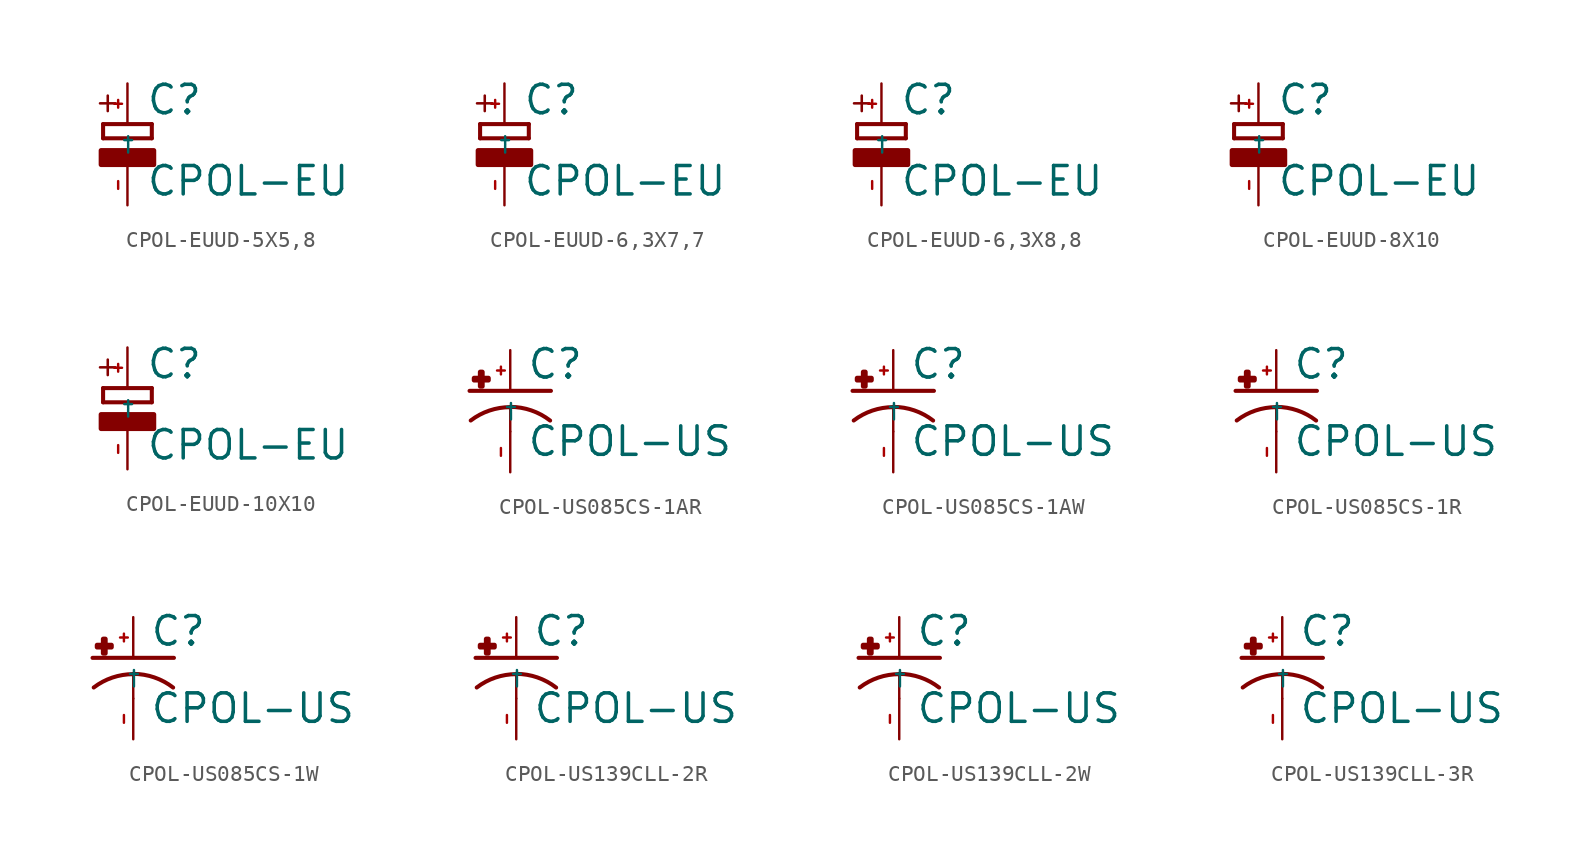
<source format=kicad_sym>
(kicad_symbol_lib
  (version 20220914)
  (generator Eagle2Kicad)
  (symbol "CPOL-EUUD-5X5,8"
    (property "Reference" "C"
      (at 1.143 0.483 0)
      (effects (font (size 1.778 1.778) (thickness 0.22)) (justify left bottom)))
    (property "Value" "CPOL-EU"
      (at 1.143 -4.597 0)
      (effects (font (size 1.778 1.778) (thickness 0.22)) (justify left bottom)))
    (polyline
      (pts (xy -1.524 -0.889) (xy 1.524 -0.889))
      (stroke (width 0.254) (type default))
      (fill (type none)))
    (polyline
      (pts (xy 1.524 -0.889) (xy 1.524 0))
      (stroke (width 0.254) (type default))
      (fill (type none)))
    (polyline
      (pts (xy -1.524 0) (xy -1.524 -0.889))
      (stroke (width 0.254) (type default))
      (fill (type none)))
    (polyline
      (pts (xy -1.524 0) (xy 1.524 0))
      (stroke (width 0.254) (type default))
      (fill (type none)))
    (text "+"
      (at -0.584 0.406 900)
      (effects (font (size 1.27 1.27) (thickness 0.16)) (justify left bottom)))
    (rectangle
      (start -1.651 -2.54)
      (end 1.651 -1.651)
      (stroke (width 0.3) (type default))
      (fill (type outline)))
    (pin passive line
      (at 0 -5.08 90)
      (length 2.54)
      (name "-" (effects (font (size 0.635 0.635) (thickness 0.08)) (justify left bottom)))
      (number "-" (effects (font (size 0.635 0.635) (thickness 0.08)) (justify left bottom))))
    (pin passive line
      (at 0 2.54 270)
      (length 2.54)
      (name "+" (effects (font (size 0.635 0.635) (thickness 0.08)) (justify left bottom)))
      (number "+" (effects (font (size 0.635 0.635) (thickness 0.08)) (justify left bottom)))))
  (symbol "CPOL-EUUD-6,3X7,7"
    (property "Reference" "C"
      (at 1.143 0.483 0)
      (effects (font (size 1.778 1.778) (thickness 0.22)) (justify left bottom)))
    (property "Value" "CPOL-EU"
      (at 1.143 -4.597 0)
      (effects (font (size 1.778 1.778) (thickness 0.22)) (justify left bottom)))
    (polyline
      (pts (xy -1.524 -0.889) (xy 1.524 -0.889))
      (stroke (width 0.254) (type default))
      (fill (type none)))
    (polyline
      (pts (xy 1.524 -0.889) (xy 1.524 0))
      (stroke (width 0.254) (type default))
      (fill (type none)))
    (polyline
      (pts (xy -1.524 0) (xy -1.524 -0.889))
      (stroke (width 0.254) (type default))
      (fill (type none)))
    (polyline
      (pts (xy -1.524 0) (xy 1.524 0))
      (stroke (width 0.254) (type default))
      (fill (type none)))
    (text "+"
      (at -0.584 0.406 900)
      (effects (font (size 1.27 1.27) (thickness 0.16)) (justify left bottom)))
    (rectangle
      (start -1.651 -2.54)
      (end 1.651 -1.651)
      (stroke (width 0.3) (type default))
      (fill (type outline)))
    (pin passive line
      (at 0 -5.08 90)
      (length 2.54)
      (name "-" (effects (font (size 0.635 0.635) (thickness 0.08)) (justify left bottom)))
      (number "-" (effects (font (size 0.635 0.635) (thickness 0.08)) (justify left bottom))))
    (pin passive line
      (at 0 2.54 270)
      (length 2.54)
      (name "+" (effects (font (size 0.635 0.635) (thickness 0.08)) (justify left bottom)))
      (number "+" (effects (font (size 0.635 0.635) (thickness 0.08)) (justify left bottom)))))
  (symbol "CPOL-EUUD-6,3X8,8"
    (property "Reference" "C"
      (at 1.143 0.483 0)
      (effects (font (size 1.778 1.778) (thickness 0.22)) (justify left bottom)))
    (property "Value" "CPOL-EU"
      (at 1.143 -4.597 0)
      (effects (font (size 1.778 1.778) (thickness 0.22)) (justify left bottom)))
    (polyline
      (pts (xy -1.524 -0.889) (xy 1.524 -0.889))
      (stroke (width 0.254) (type default))
      (fill (type none)))
    (polyline
      (pts (xy 1.524 -0.889) (xy 1.524 0))
      (stroke (width 0.254) (type default))
      (fill (type none)))
    (polyline
      (pts (xy -1.524 0) (xy -1.524 -0.889))
      (stroke (width 0.254) (type default))
      (fill (type none)))
    (polyline
      (pts (xy -1.524 0) (xy 1.524 0))
      (stroke (width 0.254) (type default))
      (fill (type none)))
    (text "+"
      (at -0.584 0.406 900)
      (effects (font (size 1.27 1.27) (thickness 0.16)) (justify left bottom)))
    (rectangle
      (start -1.651 -2.54)
      (end 1.651 -1.651)
      (stroke (width 0.3) (type default))
      (fill (type outline)))
    (pin passive line
      (at 0 -5.08 90)
      (length 2.54)
      (name "-" (effects (font (size 0.635 0.635) (thickness 0.08)) (justify left bottom)))
      (number "-" (effects (font (size 0.635 0.635) (thickness 0.08)) (justify left bottom))))
    (pin passive line
      (at 0 2.54 270)
      (length 2.54)
      (name "+" (effects (font (size 0.635 0.635) (thickness 0.08)) (justify left bottom)))
      (number "+" (effects (font (size 0.635 0.635) (thickness 0.08)) (justify left bottom)))))
  (symbol "CPOL-EUUD-8X10"
    (property "Reference" "C"
      (at 1.143 0.483 0)
      (effects (font (size 1.778 1.778) (thickness 0.22)) (justify left bottom)))
    (property "Value" "CPOL-EU"
      (at 1.143 -4.597 0)
      (effects (font (size 1.778 1.778) (thickness 0.22)) (justify left bottom)))
    (polyline
      (pts (xy -1.524 -0.889) (xy 1.524 -0.889))
      (stroke (width 0.254) (type default))
      (fill (type none)))
    (polyline
      (pts (xy 1.524 -0.889) (xy 1.524 0))
      (stroke (width 0.254) (type default))
      (fill (type none)))
    (polyline
      (pts (xy -1.524 0) (xy -1.524 -0.889))
      (stroke (width 0.254) (type default))
      (fill (type none)))
    (polyline
      (pts (xy -1.524 0) (xy 1.524 0))
      (stroke (width 0.254) (type default))
      (fill (type none)))
    (text "+"
      (at -0.584 0.406 900)
      (effects (font (size 1.27 1.27) (thickness 0.16)) (justify left bottom)))
    (rectangle
      (start -1.651 -2.54)
      (end 1.651 -1.651)
      (stroke (width 0.3) (type default))
      (fill (type outline)))
    (pin passive line
      (at 0 -5.08 90)
      (length 2.54)
      (name "-" (effects (font (size 0.635 0.635) (thickness 0.08)) (justify left bottom)))
      (number "-" (effects (font (size 0.635 0.635) (thickness 0.08)) (justify left bottom))))
    (pin passive line
      (at 0 2.54 270)
      (length 2.54)
      (name "+" (effects (font (size 0.635 0.635) (thickness 0.08)) (justify left bottom)))
      (number "+" (effects (font (size 0.635 0.635) (thickness 0.08)) (justify left bottom)))))
  (symbol "CPOL-EUUD-10X10"
    (property "Reference" "C"
      (at 1.143 0.483 0)
      (effects (font (size 1.778 1.778) (thickness 0.22)) (justify left bottom)))
    (property "Value" "CPOL-EU"
      (at 1.143 -4.597 0)
      (effects (font (size 1.778 1.778) (thickness 0.22)) (justify left bottom)))
    (polyline
      (pts (xy -1.524 -0.889) (xy 1.524 -0.889))
      (stroke (width 0.254) (type default))
      (fill (type none)))
    (polyline
      (pts (xy 1.524 -0.889) (xy 1.524 0))
      (stroke (width 0.254) (type default))
      (fill (type none)))
    (polyline
      (pts (xy -1.524 0) (xy -1.524 -0.889))
      (stroke (width 0.254) (type default))
      (fill (type none)))
    (polyline
      (pts (xy -1.524 0) (xy 1.524 0))
      (stroke (width 0.254) (type default))
      (fill (type none)))
    (text "+"
      (at -0.584 0.406 900)
      (effects (font (size 1.27 1.27) (thickness 0.16)) (justify left bottom)))
    (rectangle
      (start -1.651 -2.54)
      (end 1.651 -1.651)
      (stroke (width 0.3) (type default))
      (fill (type outline)))
    (pin passive line
      (at 0 -5.08 90)
      (length 2.54)
      (name "-" (effects (font (size 0.635 0.635) (thickness 0.08)) (justify left bottom)))
      (number "-" (effects (font (size 0.635 0.635) (thickness 0.08)) (justify left bottom))))
    (pin passive line
      (at 0 2.54 270)
      (length 2.54)
      (name "+" (effects (font (size 0.635 0.635) (thickness 0.08)) (justify left bottom)))
      (number "+" (effects (font (size 0.635 0.635) (thickness 0.08)) (justify left bottom)))))
  (symbol "CPOL-US085CS-1AR"
    (property "Reference" "C"
      (at 1.016 0.635 0)
      (effects (font (size 1.778 1.778) (thickness 0.22)) (justify left bottom)))
    (property "Value" "CPOL-US"
      (at 1.016 -4.191 0)
      (effects (font (size 1.778 1.778) (thickness 0.22)) (justify left bottom)))
    (polyline
      (pts (xy -2.54 0) (xy 2.54 0))
      (stroke (width 0.254) (type default))
      (fill (type none)))
    (polyline
      (pts (xy 0 -1.016) (xy 0 -2.54))
      (stroke (width 0.152) (type default))
      (fill (type none)))
    (arc
      (start 2.4892 -1.8542)
      (mid 1.316 -1.220)
      (end 0 -1)
      (stroke (width 0.254) (type default))
      (fill (type none)))
    (arc
      (start 0 -1.0161)
      (mid -1.302 -1.230)
      (end -2.4669 -1.8504)
      (stroke (width 0.254) (type default))
      (fill (type none)))
    (rectangle
      (start -2.253 0.668)
      (end -1.364 0.795)
      (stroke (width 0.3) (type default))
      (fill (type outline)))
    (rectangle
      (start -1.872 0.287)
      (end -1.745 1.176)
      (stroke (width 0.3) (type default))
      (fill (type outline)))
    (pin passive line
      (at 0 2.54 270)
      (length 2.54)
      (name "+" (effects (font (size 0.635 0.635) (thickness 0.08)) (justify left bottom)))
      (number "+" (effects (font (size 0.635 0.635) (thickness 0.08)) (justify left bottom))))
    (pin passive line
      (at 0 -5.08 90)
      (length 2.54)
      (name "-" (effects (font (size 0.635 0.635) (thickness 0.08)) (justify left bottom)))
      (number "-" (effects (font (size 0.635 0.635) (thickness 0.08)) (justify left bottom)))))
  (symbol "CPOL-US085CS-1AW"
    (property "Reference" "C"
      (at 1.016 0.635 0)
      (effects (font (size 1.778 1.778) (thickness 0.22)) (justify left bottom)))
    (property "Value" "CPOL-US"
      (at 1.016 -4.191 0)
      (effects (font (size 1.778 1.778) (thickness 0.22)) (justify left bottom)))
    (polyline
      (pts (xy -2.54 0) (xy 2.54 0))
      (stroke (width 0.254) (type default))
      (fill (type none)))
    (polyline
      (pts (xy 0 -1.016) (xy 0 -2.54))
      (stroke (width 0.152) (type default))
      (fill (type none)))
    (arc
      (start 2.4892 -1.8542)
      (mid 1.316 -1.220)
      (end 0 -1)
      (stroke (width 0.254) (type default))
      (fill (type none)))
    (arc
      (start 0 -1.0161)
      (mid -1.302 -1.230)
      (end -2.4669 -1.8504)
      (stroke (width 0.254) (type default))
      (fill (type none)))
    (rectangle
      (start -2.253 0.668)
      (end -1.364 0.795)
      (stroke (width 0.3) (type default))
      (fill (type outline)))
    (rectangle
      (start -1.872 0.287)
      (end -1.745 1.176)
      (stroke (width 0.3) (type default))
      (fill (type outline)))
    (pin passive line
      (at 0 2.54 270)
      (length 2.54)
      (name "+" (effects (font (size 0.635 0.635) (thickness 0.08)) (justify left bottom)))
      (number "+" (effects (font (size 0.635 0.635) (thickness 0.08)) (justify left bottom))))
    (pin passive line
      (at 0 -5.08 90)
      (length 2.54)
      (name "-" (effects (font (size 0.635 0.635) (thickness 0.08)) (justify left bottom)))
      (number "-" (effects (font (size 0.635 0.635) (thickness 0.08)) (justify left bottom)))))
  (symbol "CPOL-US085CS-1R"
    (property "Reference" "C"
      (at 1.016 0.635 0)
      (effects (font (size 1.778 1.778) (thickness 0.22)) (justify left bottom)))
    (property "Value" "CPOL-US"
      (at 1.016 -4.191 0)
      (effects (font (size 1.778 1.778) (thickness 0.22)) (justify left bottom)))
    (polyline
      (pts (xy -2.54 0) (xy 2.54 0))
      (stroke (width 0.254) (type default))
      (fill (type none)))
    (polyline
      (pts (xy 0 -1.016) (xy 0 -2.54))
      (stroke (width 0.152) (type default))
      (fill (type none)))
    (arc
      (start 2.4892 -1.8542)
      (mid 1.316 -1.220)
      (end 0 -1)
      (stroke (width 0.254) (type default))
      (fill (type none)))
    (arc
      (start 0 -1.0161)
      (mid -1.302 -1.230)
      (end -2.4669 -1.8504)
      (stroke (width 0.254) (type default))
      (fill (type none)))
    (rectangle
      (start -2.253 0.668)
      (end -1.364 0.795)
      (stroke (width 0.3) (type default))
      (fill (type outline)))
    (rectangle
      (start -1.872 0.287)
      (end -1.745 1.176)
      (stroke (width 0.3) (type default))
      (fill (type outline)))
    (pin passive line
      (at 0 2.54 270)
      (length 2.54)
      (name "+" (effects (font (size 0.635 0.635) (thickness 0.08)) (justify left bottom)))
      (number "+" (effects (font (size 0.635 0.635) (thickness 0.08)) (justify left bottom))))
    (pin passive line
      (at 0 -5.08 90)
      (length 2.54)
      (name "-" (effects (font (size 0.635 0.635) (thickness 0.08)) (justify left bottom)))
      (number "-" (effects (font (size 0.635 0.635) (thickness 0.08)) (justify left bottom)))))
  (symbol "CPOL-US085CS-1W"
    (property "Reference" "C"
      (at 1.016 0.635 0)
      (effects (font (size 1.778 1.778) (thickness 0.22)) (justify left bottom)))
    (property "Value" "CPOL-US"
      (at 1.016 -4.191 0)
      (effects (font (size 1.778 1.778) (thickness 0.22)) (justify left bottom)))
    (polyline
      (pts (xy -2.54 0) (xy 2.54 0))
      (stroke (width 0.254) (type default))
      (fill (type none)))
    (polyline
      (pts (xy 0 -1.016) (xy 0 -2.54))
      (stroke (width 0.152) (type default))
      (fill (type none)))
    (arc
      (start 2.4892 -1.8542)
      (mid 1.316 -1.220)
      (end 0 -1)
      (stroke (width 0.254) (type default))
      (fill (type none)))
    (arc
      (start 0 -1.0161)
      (mid -1.302 -1.230)
      (end -2.4669 -1.8504)
      (stroke (width 0.254) (type default))
      (fill (type none)))
    (rectangle
      (start -2.253 0.668)
      (end -1.364 0.795)
      (stroke (width 0.3) (type default))
      (fill (type outline)))
    (rectangle
      (start -1.872 0.287)
      (end -1.745 1.176)
      (stroke (width 0.3) (type default))
      (fill (type outline)))
    (pin passive line
      (at 0 2.54 270)
      (length 2.54)
      (name "+" (effects (font (size 0.635 0.635) (thickness 0.08)) (justify left bottom)))
      (number "+" (effects (font (size 0.635 0.635) (thickness 0.08)) (justify left bottom))))
    (pin passive line
      (at 0 -5.08 90)
      (length 2.54)
      (name "-" (effects (font (size 0.635 0.635) (thickness 0.08)) (justify left bottom)))
      (number "-" (effects (font (size 0.635 0.635) (thickness 0.08)) (justify left bottom)))))
  (symbol "CPOL-US139CLL-2R"
    (property "Reference" "C"
      (at 1.016 0.635 0)
      (effects (font (size 1.778 1.778) (thickness 0.22)) (justify left bottom)))
    (property "Value" "CPOL-US"
      (at 1.016 -4.191 0)
      (effects (font (size 1.778 1.778) (thickness 0.22)) (justify left bottom)))
    (polyline
      (pts (xy -2.54 0) (xy 2.54 0))
      (stroke (width 0.254) (type default))
      (fill (type none)))
    (polyline
      (pts (xy 0 -1.016) (xy 0 -2.54))
      (stroke (width 0.152) (type default))
      (fill (type none)))
    (arc
      (start 2.4892 -1.8542)
      (mid 1.316 -1.220)
      (end 0 -1)
      (stroke (width 0.254) (type default))
      (fill (type none)))
    (arc
      (start 0 -1.0161)
      (mid -1.302 -1.230)
      (end -2.4669 -1.8504)
      (stroke (width 0.254) (type default))
      (fill (type none)))
    (rectangle
      (start -2.253 0.668)
      (end -1.364 0.795)
      (stroke (width 0.3) (type default))
      (fill (type outline)))
    (rectangle
      (start -1.872 0.287)
      (end -1.745 1.176)
      (stroke (width 0.3) (type default))
      (fill (type outline)))
    (pin passive line
      (at 0 2.54 270)
      (length 2.54)
      (name "+" (effects (font (size 0.635 0.635) (thickness 0.08)) (justify left bottom)))
      (number "+" (effects (font (size 0.635 0.635) (thickness 0.08)) (justify left bottom))))
    (pin passive line
      (at 0 -5.08 90)
      (length 2.54)
      (name "-" (effects (font (size 0.635 0.635) (thickness 0.08)) (justify left bottom)))
      (number "-" (effects (font (size 0.635 0.635) (thickness 0.08)) (justify left bottom)))))
  (symbol "CPOL-US139CLL-2W"
    (property "Reference" "C"
      (at 1.016 0.635 0)
      (effects (font (size 1.778 1.778) (thickness 0.22)) (justify left bottom)))
    (property "Value" "CPOL-US"
      (at 1.016 -4.191 0)
      (effects (font (size 1.778 1.778) (thickness 0.22)) (justify left bottom)))
    (polyline
      (pts (xy -2.54 0) (xy 2.54 0))
      (stroke (width 0.254) (type default))
      (fill (type none)))
    (polyline
      (pts (xy 0 -1.016) (xy 0 -2.54))
      (stroke (width 0.152) (type default))
      (fill (type none)))
    (arc
      (start 2.4892 -1.8542)
      (mid 1.316 -1.220)
      (end 0 -1)
      (stroke (width 0.254) (type default))
      (fill (type none)))
    (arc
      (start 0 -1.0161)
      (mid -1.302 -1.230)
      (end -2.4669 -1.8504)
      (stroke (width 0.254) (type default))
      (fill (type none)))
    (rectangle
      (start -2.253 0.668)
      (end -1.364 0.795)
      (stroke (width 0.3) (type default))
      (fill (type outline)))
    (rectangle
      (start -1.872 0.287)
      (end -1.745 1.176)
      (stroke (width 0.3) (type default))
      (fill (type outline)))
    (pin passive line
      (at 0 2.54 270)
      (length 2.54)
      (name "+" (effects (font (size 0.635 0.635) (thickness 0.08)) (justify left bottom)))
      (number "+" (effects (font (size 0.635 0.635) (thickness 0.08)) (justify left bottom))))
    (pin passive line
      (at 0 -5.08 90)
      (length 2.54)
      (name "-" (effects (font (size 0.635 0.635) (thickness 0.08)) (justify left bottom)))
      (number "-" (effects (font (size 0.635 0.635) (thickness 0.08)) (justify left bottom)))))
  (symbol "CPOL-US139CLL-3R"
    (property "Reference" "C"
      (at 1.016 0.635 0)
      (effects (font (size 1.778 1.778) (thickness 0.22)) (justify left bottom)))
    (property "Value" "CPOL-US"
      (at 1.016 -4.191 0)
      (effects (font (size 1.778 1.778) (thickness 0.22)) (justify left bottom)))
    (polyline
      (pts (xy -2.54 0) (xy 2.54 0))
      (stroke (width 0.254) (type default))
      (fill (type none)))
    (polyline
      (pts (xy 0 -1.016) (xy 0 -2.54))
      (stroke (width 0.152) (type default))
      (fill (type none)))
    (arc
      (start 2.4892 -1.8542)
      (mid 1.316 -1.220)
      (end 0 -1)
      (stroke (width 0.254) (type default))
      (fill (type none)))
    (arc
      (start 0 -1.0161)
      (mid -1.302 -1.230)
      (end -2.4669 -1.8504)
      (stroke (width 0.254) (type default))
      (fill (type none)))
    (rectangle
      (start -2.253 0.668)
      (end -1.364 0.795)
      (stroke (width 0.3) (type default))
      (fill (type outline)))
    (rectangle
      (start -1.872 0.287)
      (end -1.745 1.176)
      (stroke (width 0.3) (type default))
      (fill (type outline)))
    (pin passive line
      (at 0 2.54 270)
      (length 2.54)
      (name "+" (effects (font (size 0.635 0.635) (thickness 0.08)) (justify left bottom)))
      (number "+" (effects (font (size 0.635 0.635) (thickness 0.08)) (justify left bottom))))
    (pin passive line
      (at 0 -5.08 90)
      (length 2.54)
      (name "-" (effects (font (size 0.635 0.635) (thickness 0.08)) (justify left bottom)))
      (number "-" (effects (font (size 0.635 0.635) (thickness 0.08)) (justify left bottom))))))
</source>
